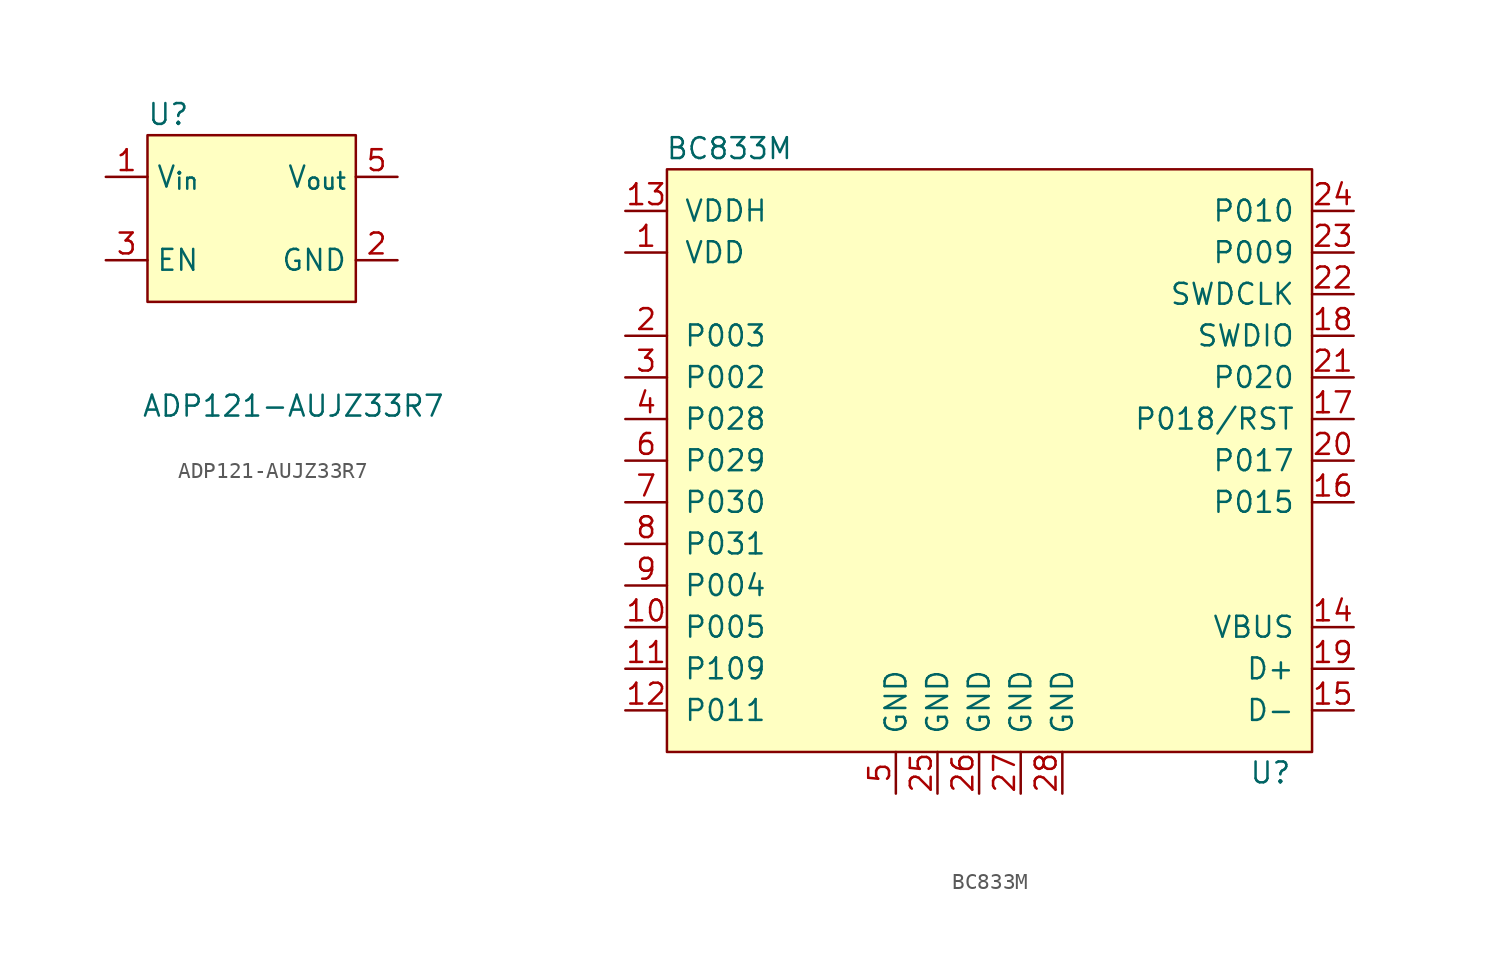
<source format=kicad_sym>
(kicad_symbol_lib
  (version 20220914)
  (generator kicad_symbol_editor)
  (symbol "ADP121-AUJZ33R7"
    (property "Reference" "U"
      (at -10.16 11.43 0)
      (effects (font (size 1.27 1.27))))
    (property "Value" "ADP121-AUJZ33R7"
      (at -2.54 -6.35 0)
      (effects (font (size 1.27 1.27))))
    (symbol "ADP121-AUJZ33R7_0_1"
      (rectangle (start -11.43 10.16) (end 1.27 0) (stroke (width 0) (type default)) (fill (type background))))
    (symbol "ADP121-AUJZ33R7_1_1"
      (pin power_in line (at -13.97 7.62 0) (length 2.54) (name "V_{in}" (effects (font (size 1.27 1.27)))) (number "1" (effects (font (size 1.27 1.27)))))
      (pin power_in line (at 3.81 2.54 180) (length 2.54) (name "GND" (effects (font (size 1.27 1.27)))) (number "2" (effects (font (size 1.27 1.27)))))
      (pin input line (at -13.97 2.54 0) (length 2.54) (name "EN" (effects (font (size 1.27 1.27)))) (number "3" (effects (font (size 1.27 1.27)))))
      (pin no_connect line (at 3.81 -2.54 180) (length 2.54) hide (name "NC" (effects (font (size 1.27 1.27)))) (number "4" (effects (font (size 1.27 1.27)))))
      (pin power_out line (at 3.81 7.62 180) (length 2.54) (name "V_{out}" (effects (font (size 1.27 1.27)))) (number "5" (effects (font (size 1.27 1.27)))))))
  (symbol "BC833M"
    (pin_names
      (offset 1.016))
    (property "Reference" "U"
      (at 16.51 -20.32 0)
      (effects (font (size 1.27 1.27))))
    (property "Value" "BC833M"
      (at -16.51 17.78 0)
      (effects (font (size 1.27 1.27))))
    (symbol "BC833M_0_1"
      (rectangle (start -20.32 16.51) (end 19.05 -19.05) (stroke (width 0) (type default)) (fill (type background))))
    (symbol "BC833M_1_1"
      (pin power_in line (at -22.86 11.43 0) (length 2.54) (name "VDD" (effects (font (size 1.27 1.27)))) (number "1" (effects (font (size 1.27 1.27)))))
      (pin bidirectional line (at -22.86 -11.43 0) (length 2.54) (name "P005" (effects (font (size 1.27 1.27)))) (number "10" (effects (font (size 1.27 1.27)))))
      (pin bidirectional line (at -22.86 -13.97 0) (length 2.54) (name "P109" (effects (font (size 1.27 1.27)))) (number "11" (effects (font (size 1.27 1.27)))))
      (pin bidirectional line (at -22.86 -16.51 0) (length 2.54) (name "P011" (effects (font (size 1.27 1.27)))) (number "12" (effects (font (size 1.27 1.27)))))
      (pin power_in line (at -22.86 13.97 0) (length 2.54) (name "VDDH" (effects (font (size 1.27 1.27)))) (number "13" (effects (font (size 1.27 1.27)))))
      (pin power_in line (at 21.59 -11.43 180) (length 2.54) (name "VBUS" (effects (font (size 1.27 1.27)))) (number "14" (effects (font (size 1.27 1.27)))))
      (pin bidirectional line (at 21.59 -16.51 180) (length 2.54) (name "D-" (effects (font (size 1.27 1.27)))) (number "15" (effects (font (size 1.27 1.27)))))
      (pin bidirectional line (at 21.59 -3.81 180) (length 2.54) (name "P015" (effects (font (size 1.27 1.27)))) (number "16" (effects (font (size 1.27 1.27)))))
      (pin bidirectional line (at 21.59 1.27 180) (length 2.54) (name "P018/RST" (effects (font (size 1.27 1.27)))) (number "17" (effects (font (size 1.27 1.27)))))
      (pin bidirectional line (at 21.59 6.35 180) (length 2.54) (name "SWDIO" (effects (font (size 1.27 1.27)))) (number "18" (effects (font (size 1.27 1.27)))))
      (pin bidirectional line (at 21.59 -13.97 180) (length 2.54) (name "D+" (effects (font (size 1.27 1.27)))) (number "19" (effects (font (size 1.27 1.27)))))
      (pin bidirectional line (at -22.86 6.35 0) (length 2.54) (name "P003" (effects (font (size 1.27 1.27)))) (number "2" (effects (font (size 1.27 1.27)))))
      (pin bidirectional line (at 21.59 -1.27 180) (length 2.54) (name "P017" (effects (font (size 1.27 1.27)))) (number "20" (effects (font (size 1.27 1.27)))))
      (pin bidirectional line (at 21.59 3.81 180) (length 2.54) (name "P020" (effects (font (size 1.27 1.27)))) (number "21" (effects (font (size 1.27 1.27)))))
      (pin input line (at 21.59 8.89 180) (length 2.54) (name "SWDCLK" (effects (font (size 1.27 1.27)))) (number "22" (effects (font (size 1.27 1.27)))))
      (pin bidirectional line (at 21.59 11.43 180) (length 2.54) (name "P009" (effects (font (size 1.27 1.27)))) (number "23" (effects (font (size 1.27 1.27)))))
      (pin bidirectional line (at 21.59 13.97 180) (length 2.54) (name "P010" (effects (font (size 1.27 1.27)))) (number "24" (effects (font (size 1.27 1.27)))))
      (pin power_in line (at -3.81 -21.59 90) (length 2.54) (name "GND" (effects (font (size 1.27 1.27)))) (number "25" (effects (font (size 1.27 1.27)))))
      (pin power_in line (at -1.27 -21.59 90) (length 2.54) (name "GND" (effects (font (size 1.27 1.27)))) (number "26" (effects (font (size 1.27 1.27)))))
      (pin power_in line (at 1.27 -21.59 90) (length 2.54) (name "GND" (effects (font (size 1.27 1.27)))) (number "27" (effects (font (size 1.27 1.27)))))
      (pin power_in line (at 3.81 -21.59 90) (length 2.54) (name "GND" (effects (font (size 1.27 1.27)))) (number "28" (effects (font (size 1.27 1.27)))))
      (pin bidirectional line (at -22.86 3.81 0) (length 2.54) (name "P002" (effects (font (size 1.27 1.27)))) (number "3" (effects (font (size 1.27 1.27)))))
      (pin bidirectional line (at -22.86 1.27 0) (length 2.54) (name "P028" (effects (font (size 1.27 1.27)))) (number "4" (effects (font (size 1.27 1.27)))))
      (pin power_in line (at -6.35 -21.59 90) (length 2.54) (name "GND" (effects (font (size 1.27 1.27)))) (number "5" (effects (font (size 1.27 1.27)))))
      (pin bidirectional line (at -22.86 -1.27 0) (length 2.54) (name "P029" (effects (font (size 1.27 1.27)))) (number "6" (effects (font (size 1.27 1.27)))))
      (pin bidirectional line (at -22.86 -3.81 0) (length 2.54) (name "P030" (effects (font (size 1.27 1.27)))) (number "7" (effects (font (size 1.27 1.27)))))
      (pin bidirectional line (at -22.86 -6.35 0) (length 2.54) (name "P031" (effects (font (size 1.27 1.27)))) (number "8" (effects (font (size 1.27 1.27)))))
      (pin bidirectional line (at -22.86 -8.89 0) (length 2.54) (name "P004" (effects (font (size 1.27 1.27)))) (number "9" (effects (font (size 1.27 1.27))))))))
</source>
